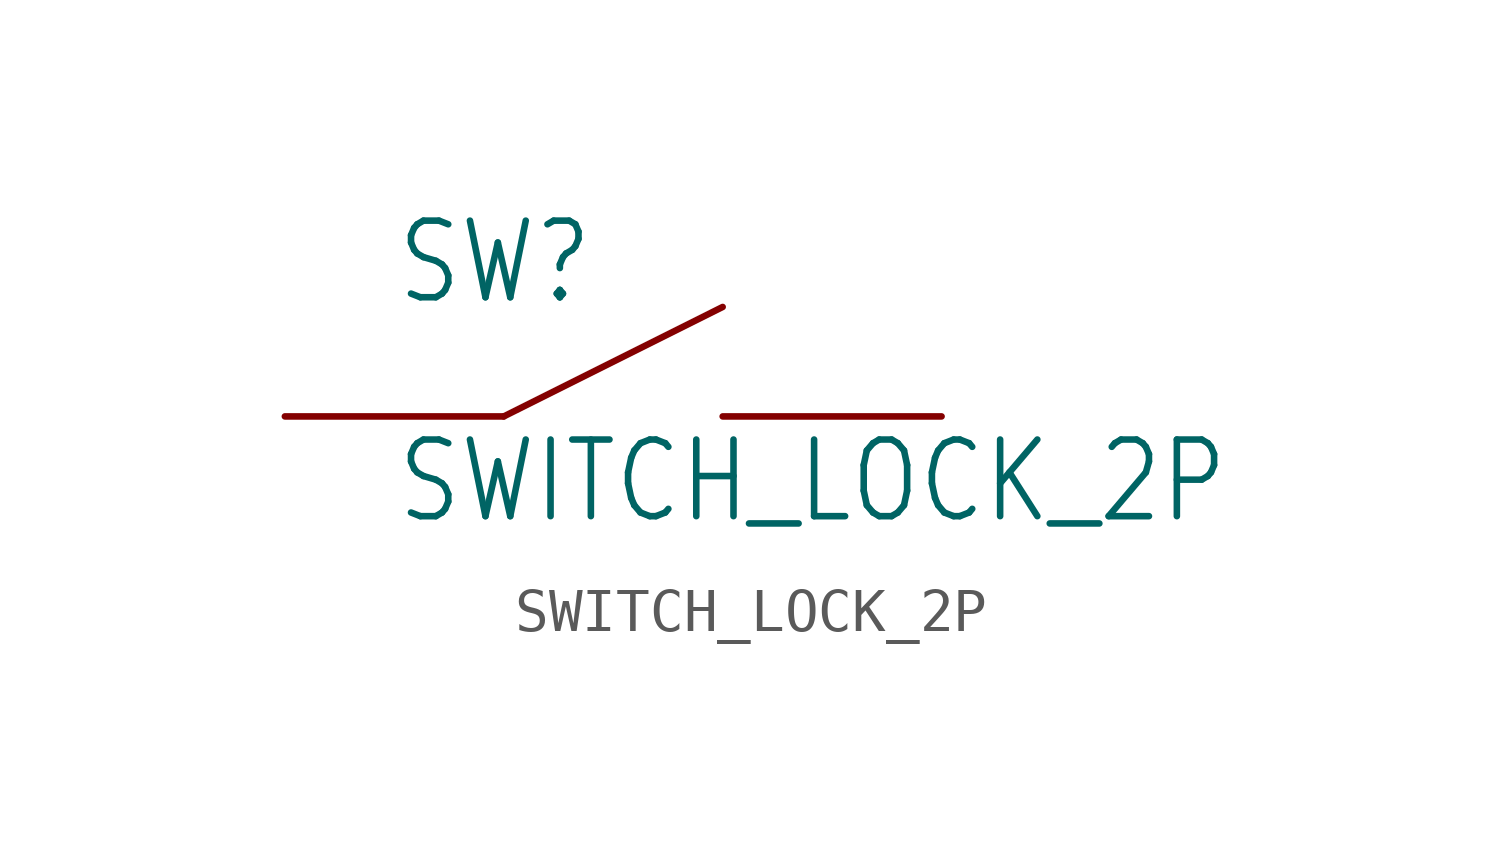
<source format=kicad_sym>
(kicad_symbol_lib
  (version 20211014)
  (generator kicad_symbol_editor)
  (symbol "SWITCH_LOCK_2P"
    (property "Reference" "SW"
      (at -5.08 2.54 0)
      (effects (font (size 1.778 1.511)) (justify left bottom)))
    (property "Value" "SWITCH_LOCK_2P"
      (at -5.08 -2.54 0)
      (effects (font (size 1.778 1.511)) (justify left bottom)))
    (property "ki_locked" ""
      (at 0 0 0)
      (effects (font (size 1.27 1.27))))
    (symbol "SWITCH_LOCK_2P_1_0"
      (polyline (pts (xy -2.54 0) (xy 2.54 2.54)) (stroke (width 0.152) (type default) (color 0 0 0 0)) (fill (type none)))
      (pin bidirectional line (at -7.62 0 0) (length 5.08) (name "1" (effects (font (size 0 0)))) (number "1" (effects (font (size 0 0)))))
      (pin bidirectional line (at 7.62 0 180) (length 5.08) (name "2" (effects (font (size 0 0)))) (number "2" (effects (font (size 0 0))))))))
</source>
